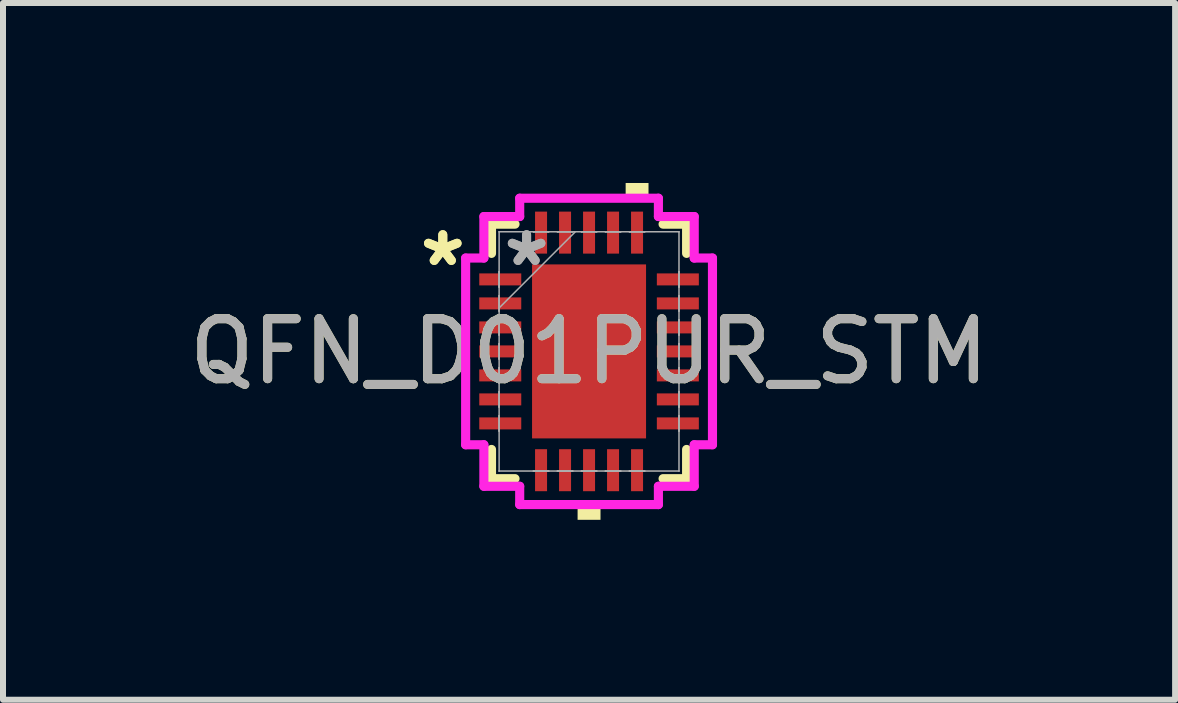
<source format=kicad_pcb>
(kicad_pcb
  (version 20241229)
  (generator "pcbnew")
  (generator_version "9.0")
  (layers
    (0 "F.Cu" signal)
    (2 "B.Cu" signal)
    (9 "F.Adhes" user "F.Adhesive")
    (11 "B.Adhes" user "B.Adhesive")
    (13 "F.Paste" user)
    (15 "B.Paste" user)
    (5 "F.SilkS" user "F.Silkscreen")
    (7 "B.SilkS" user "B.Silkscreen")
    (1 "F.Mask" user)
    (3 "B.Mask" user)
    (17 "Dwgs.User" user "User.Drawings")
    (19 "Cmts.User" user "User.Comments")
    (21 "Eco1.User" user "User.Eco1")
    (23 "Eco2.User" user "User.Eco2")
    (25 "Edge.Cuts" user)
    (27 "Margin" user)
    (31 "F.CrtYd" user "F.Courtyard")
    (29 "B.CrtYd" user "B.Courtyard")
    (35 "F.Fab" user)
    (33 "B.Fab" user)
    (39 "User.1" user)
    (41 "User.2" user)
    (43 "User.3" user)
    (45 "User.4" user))
  (footprint "QFN_D01PUR_STM"
    (layer "F.Cu")
    (at 6.768 2.807)
    (property "Reference" "QFN_D01PUR_STM" (at 0 0 0) (unlocked yes) (layer "F.SilkS") (effects (font (size 1 1) (thickness 0.15))))
    (attr smd)
    (fp_line (start -1.626 -2.121) (end -1.626 -1.634) (stroke (width 0.152) (type solid)) (layer "F.SilkS"))
    (fp_line (start -1.626 1.634) (end -1.626 2.121) (stroke (width 0.152) (type solid)) (layer "F.SilkS"))
    (fp_line (start -1.626 2.121) (end -1.234 2.121) (stroke (width 0.152) (type solid)) (layer "F.SilkS"))
    (fp_line (start -1.234 -2.121) (end -1.626 -2.121) (stroke (width 0.152) (type solid)) (layer "F.SilkS"))
    (fp_line (start 1.234 2.121) (end 1.626 2.121) (stroke (width 0.152) (type solid)) (layer "F.SilkS"))
    (fp_line (start 1.626 -2.121) (end 1.234 -2.121) (stroke (width 0.152) (type solid)) (layer "F.SilkS"))
    (fp_line (start 1.626 -1.634) (end 1.626 -2.121) (stroke (width 0.152) (type solid)) (layer "F.SilkS"))
    (fp_line (start 1.626 2.121) (end 1.626 1.634) (stroke (width 0.152) (type solid)) (layer "F.SilkS"))
    (fp_poly (pts (xy -0.191 2.553) (xy -0.191 2.807) (xy 0.191 2.807) (xy 0.191 2.553)) (stroke (width 0) (type solid)) (fill yes) (layer "F.SilkS"))
    (fp_poly (pts (xy 0.61 -2.553) (xy 0.61 -2.807) (xy 0.991 -2.807) (xy 0.991 -2.553)) (stroke (width 0) (type solid)) (fill yes) (layer "F.SilkS"))
    (fp_poly (pts (xy -0.802 -1.297) (xy -0.802 -0.1) (xy 0.802 -0.1) (xy 0.802 -1.297)) (stroke (width 0) (type solid)) (fill yes) (layer "F.Paste"))
    (fp_poly (pts (xy -0.802 0.1) (xy -0.802 1.297) (xy 0.802 1.297) (xy 0.802 0.1)) (stroke (width 0) (type solid)) (fill yes) (layer "F.Paste"))
    (fp_line (start -2.057 -1.556) (end -1.753 -1.556) (stroke (width 0.152) (type solid)) (layer "F.CrtYd"))
    (fp_line (start -2.057 1.556) (end -2.057 -1.556) (stroke (width 0.152) (type solid)) (layer "F.CrtYd"))
    (fp_line (start -1.753 -2.248) (end -1.156 -2.248) (stroke (width 0.152) (type solid)) (layer "F.CrtYd"))
    (fp_line (start -1.753 -1.556) (end -1.753 -2.248) (stroke (width 0.152) (type solid)) (layer "F.CrtYd"))
    (fp_line (start -1.753 1.556) (end -2.057 1.556) (stroke (width 0.152) (type solid)) (layer "F.CrtYd"))
    (fp_line (start -1.753 2.248) (end -1.753 1.556) (stroke (width 0.152) (type solid)) (layer "F.CrtYd"))
    (fp_line (start -1.156 -2.553) (end 1.156 -2.553) (stroke (width 0.152) (type solid)) (layer "F.CrtYd"))
    (fp_line (start -1.156 -2.248) (end -1.156 -2.553) (stroke (width 0.152) (type solid)) (layer "F.CrtYd"))
    (fp_line (start -1.156 2.248) (end -1.753 2.248) (stroke (width 0.152) (type solid)) (layer "F.CrtYd"))
    (fp_line (start -1.156 2.553) (end -1.156 2.248) (stroke (width 0.152) (type solid)) (layer "F.CrtYd"))
    (fp_line (start 1.156 -2.553) (end 1.156 -2.248) (stroke (width 0.152) (type solid)) (layer "F.CrtYd"))
    (fp_line (start 1.156 -2.248) (end 1.753 -2.248) (stroke (width 0.152) (type solid)) (layer "F.CrtYd"))
    (fp_line (start 1.156 2.248) (end 1.156 2.553) (stroke (width 0.152) (type solid)) (layer "F.CrtYd"))
    (fp_line (start 1.156 2.553) (end -1.156 2.553) (stroke (width 0.152) (type solid)) (layer "F.CrtYd"))
    (fp_line (start 1.753 -2.248) (end 1.753 -1.556) (stroke (width 0.152) (type solid)) (layer "F.CrtYd"))
    (fp_line (start 1.753 -1.556) (end 2.057 -1.556) (stroke (width 0.152) (type solid)) (layer "F.CrtYd"))
    (fp_line (start 1.753 1.556) (end 1.753 2.248) (stroke (width 0.152) (type solid)) (layer "F.CrtYd"))
    (fp_line (start 1.753 2.248) (end 1.156 2.248) (stroke (width 0.152) (type solid)) (layer "F.CrtYd"))
    (fp_line (start 2.057 -1.556) (end 2.057 1.556) (stroke (width 0.152) (type solid)) (layer "F.CrtYd"))
    (fp_line (start 2.057 1.556) (end 1.753 1.556) (stroke (width 0.152) (type solid)) (layer "F.CrtYd"))
    (fp_line (start -1.499 -1.994) (end -1.499 -1.994) (stroke (width 0.025) (type solid)) (layer "F.Fab"))
    (fp_line (start -1.499 -1.994) (end -1.499 1.994) (stroke (width 0.025) (type solid)) (layer "F.Fab"))
    (fp_line (start -1.499 -1.327) (end -1.499 -1.327) (stroke (width 0.025) (type solid)) (layer "F.Fab"))
    (fp_line (start -1.499 -1.327) (end -1.499 -1.073) (stroke (width 0.025) (type solid)) (layer "F.Fab"))
    (fp_line (start -1.499 -1.073) (end -1.499 -1.327) (stroke (width 0.025) (type solid)) (layer "F.Fab"))
    (fp_line (start -1.499 -1.073) (end -1.499 -1.073) (stroke (width 0.025) (type solid)) (layer "F.Fab"))
    (fp_line (start -1.499 -0.927) (end -1.499 -0.927) (stroke (width 0.025) (type solid)) (layer "F.Fab"))
    (fp_line (start -1.499 -0.927) (end -1.499 -0.673) (stroke (width 0.025) (type solid)) (layer "F.Fab"))
    (fp_line (start -1.499 -0.724) (end -0.229 -1.994) (stroke (width 0.025) (type solid)) (layer "F.Fab"))
    (fp_line (start -1.499 -0.673) (end -1.499 -0.927) (stroke (width 0.025) (type solid)) (layer "F.Fab"))
    (fp_line (start -1.499 -0.673) (end -1.499 -0.673) (stroke (width 0.025) (type solid)) (layer "F.Fab"))
    (fp_line (start -1.499 -0.527) (end -1.499 -0.527) (stroke (width 0.025) (type solid)) (layer "F.Fab"))
    (fp_line (start -1.499 -0.527) (end -1.499 -0.273) (stroke (width 0.025) (type solid)) (layer "F.Fab"))
    (fp_line (start -1.499 -0.273) (end -1.499 -0.527) (stroke (width 0.025) (type solid)) (layer "F.Fab"))
    (fp_line (start -1.499 -0.273) (end -1.499 -0.273) (stroke (width 0.025) (type solid)) (layer "F.Fab"))
    (fp_line (start -1.499 -0.127) (end -1.499 -0.127) (stroke (width 0.025) (type solid)) (layer "F.Fab"))
    (fp_line (start -1.499 -0.127) (end -1.499 0.127) (stroke (width 0.025) (type solid)) (layer "F.Fab"))
    (fp_line (start -1.499 0.127) (end -1.499 -0.127) (stroke (width 0.025) (type solid)) (layer "F.Fab"))
    (fp_line (start -1.499 0.127) (end -1.499 0.127) (stroke (width 0.025) (type solid)) (layer "F.Fab"))
    (fp_line (start -1.499 0.273) (end -1.499 0.273) (stroke (width 0.025) (type solid)) (layer "F.Fab"))
    (fp_line (start -1.499 0.273) (end -1.499 0.527) (stroke (width 0.025) (type solid)) (layer "F.Fab"))
    (fp_line (start -1.499 0.527) (end -1.499 0.273) (stroke (width 0.025) (type solid)) (layer "F.Fab"))
    (fp_line (start -1.499 0.527) (end -1.499 0.527) (stroke (width 0.025) (type solid)) (layer "F.Fab"))
    (fp_line (start -1.499 0.673) (end -1.499 0.673) (stroke (width 0.025) (type solid)) (layer "F.Fab"))
    (fp_line (start -1.499 0.673) (end -1.499 0.927) (stroke (width 0.025) (type solid)) (layer "F.Fab"))
    (fp_line (start -1.499 0.927) (end -1.499 0.673) (stroke (width 0.025) (type solid)) (layer "F.Fab"))
    (fp_line (start -1.499 0.927) (end -1.499 0.927) (stroke (width 0.025) (type solid)) (layer "F.Fab"))
    (fp_line (start -1.499 1.073) (end -1.499 1.073) (stroke (width 0.025) (type solid)) (layer "F.Fab"))
    (fp_line (start -1.499 1.073) (end -1.499 1.327) (stroke (width 0.025) (type solid)) (layer "F.Fab"))
    (fp_line (start -1.499 1.327) (end -1.499 1.073) (stroke (width 0.025) (type solid)) (layer "F.Fab"))
    (fp_line (start -1.499 1.327) (end -1.499 1.327) (stroke (width 0.025) (type solid)) (layer "F.Fab"))
    (fp_line (start -1.499 1.994) (end -1.499 1.994) (stroke (width 0.025) (type solid)) (layer "F.Fab"))
    (fp_line (start -1.499 1.994) (end 1.499 1.994) (stroke (width 0.025) (type solid)) (layer "F.Fab"))
    (fp_line (start -0.927 -1.994) (end -0.927 -1.994) (stroke (width 0.025) (type solid)) (layer "F.Fab"))
    (fp_line (start -0.927 -1.994) (end -0.673 -1.994) (stroke (width 0.025) (type solid)) (layer "F.Fab"))
    (fp_line (start -0.927 1.994) (end -0.927 1.994) (stroke (width 0.025) (type solid)) (layer "F.Fab"))
    (fp_line (start -0.927 1.994) (end -0.673 1.994) (stroke (width 0.025) (type solid)) (layer "F.Fab"))
    (fp_line (start -0.673 -1.994) (end -0.927 -1.994) (stroke (width 0.025) (type solid)) (layer "F.Fab"))
    (fp_line (start -0.673 -1.994) (end -0.673 -1.994) (stroke (width 0.025) (type solid)) (layer "F.Fab"))
    (fp_line (start -0.673 1.994) (end -0.927 1.994) (stroke (width 0.025) (type solid)) (layer "F.Fab"))
    (fp_line (start -0.673 1.994) (end -0.673 1.994) (stroke (width 0.025) (type solid)) (layer "F.Fab"))
    (fp_line (start -0.527 -1.994) (end -0.527 -1.994) (stroke (width 0.025) (type solid)) (layer "F.Fab"))
    (fp_line (start -0.527 -1.994) (end -0.273 -1.994) (stroke (width 0.025) (type solid)) (layer "F.Fab"))
    (fp_line (start -0.527 1.994) (end -0.527 1.994) (stroke (width 0.025) (type solid)) (layer "F.Fab"))
    (fp_line (start -0.527 1.994) (end -0.273 1.994) (stroke (width 0.025) (type solid)) (layer "F.Fab"))
    (fp_line (start -0.273 -1.994) (end -0.527 -1.994) (stroke (width 0.025) (type solid)) (layer "F.Fab"))
    (fp_line (start -0.273 -1.994) (end -0.273 -1.994) (stroke (width 0.025) (type solid)) (layer "F.Fab"))
    (fp_line (start -0.273 1.994) (end -0.527 1.994) (stroke (width 0.025) (type solid)) (layer "F.Fab"))
    (fp_line (start -0.273 1.994) (end -0.273 1.994) (stroke (width 0.025) (type solid)) (layer "F.Fab"))
    (fp_line (start -0.127 -1.994) (end -0.127 -1.994) (stroke (width 0.025) (type solid)) (layer "F.Fab"))
    (fp_line (start -0.127 -1.994) (end 0.127 -1.994) (stroke (width 0.025) (type solid)) (layer "F.Fab"))
    (fp_line (start -0.127 1.994) (end -0.127 1.994) (stroke (width 0.025) (type solid)) (layer "F.Fab"))
    (fp_line (start -0.127 1.994) (end 0.127 1.994) (stroke (width 0.025) (type solid)) (layer "F.Fab"))
    (fp_line (start 0.127 -1.994) (end -0.127 -1.994) (stroke (width 0.025) (type solid)) (layer "F.Fab"))
    (fp_line (start 0.127 -1.994) (end 0.127 -1.994) (stroke (width 0.025) (type solid)) (layer "F.Fab"))
    (fp_line (start 0.127 1.994) (end -0.127 1.994) (stroke (width 0.025) (type solid)) (layer "F.Fab"))
    (fp_line (start 0.127 1.994) (end 0.127 1.994) (stroke (width 0.025) (type solid)) (layer "F.Fab"))
    (fp_line (start 0.273 -1.994) (end 0.273 -1.994) (stroke (width 0.025) (type solid)) (layer "F.Fab"))
    (fp_line (start 0.273 -1.994) (end 0.527 -1.994) (stroke (width 0.025) (type solid)) (layer "F.Fab"))
    (fp_line (start 0.273 1.994) (end 0.273 1.994) (stroke (width 0.025) (type solid)) (layer "F.Fab"))
    (fp_line (start 0.273 1.994) (end 0.527 1.994) (stroke (width 0.025) (type solid)) (layer "F.Fab"))
    (fp_line (start 0.527 -1.994) (end 0.273 -1.994) (stroke (width 0.025) (type solid)) (layer "F.Fab"))
    (fp_line (start 0.527 -1.994) (end 0.527 -1.994) (stroke (width 0.025) (type solid)) (layer "F.Fab"))
    (fp_line (start 0.527 1.994) (end 0.273 1.994) (stroke (width 0.025) (type solid)) (layer "F.Fab"))
    (fp_line (start 0.527 1.994) (end 0.527 1.994) (stroke (width 0.025) (type solid)) (layer "F.Fab"))
    (fp_line (start 0.673 -1.994) (end 0.673 -1.994) (stroke (width 0.025) (type solid)) (layer "F.Fab"))
    (fp_line (start 0.673 -1.994) (end 0.927 -1.994) (stroke (width 0.025) (type solid)) (layer "F.Fab"))
    (fp_line (start 0.673 1.994) (end 0.673 1.994) (stroke (width 0.025) (type solid)) (layer "F.Fab"))
    (fp_line (start 0.673 1.994) (end 0.927 1.994) (stroke (width 0.025) (type solid)) (layer "F.Fab"))
    (fp_line (start 0.927 -1.994) (end 0.673 -1.994) (stroke (width 0.025) (type solid)) (layer "F.Fab"))
    (fp_line (start 0.927 -1.994) (end 0.927 -1.994) (stroke (width 0.025) (type solid)) (layer "F.Fab"))
    (fp_line (start 0.927 1.994) (end 0.673 1.994) (stroke (width 0.025) (type solid)) (layer "F.Fab"))
    (fp_line (start 0.927 1.994) (end 0.927 1.994) (stroke (width 0.025) (type solid)) (layer "F.Fab"))
    (fp_line (start 1.499 -1.994) (end -1.499 -1.994) (stroke (width 0.025) (type solid)) (layer "F.Fab"))
    (fp_line (start 1.499 -1.994) (end 1.499 -1.994) (stroke (width 0.025) (type solid)) (layer "F.Fab"))
    (fp_line (start 1.499 -1.327) (end 1.499 -1.327) (stroke (width 0.025) (type solid)) (layer "F.Fab"))
    (fp_line (start 1.499 -1.327) (end 1.499 -1.073) (stroke (width 0.025) (type solid)) (layer "F.Fab"))
    (fp_line (start 1.499 -1.073) (end 1.499 -1.327) (stroke (width 0.025) (type solid)) (layer "F.Fab"))
    (fp_line (start 1.499 -1.073) (end 1.499 -1.073) (stroke (width 0.025) (type solid)) (layer "F.Fab"))
    (fp_line (start 1.499 -0.927) (end 1.499 -0.927) (stroke (width 0.025) (type solid)) (layer "F.Fab"))
    (fp_line (start 1.499 -0.927) (end 1.499 -0.673) (stroke (width 0.025) (type solid)) (layer "F.Fab"))
    (fp_line (start 1.499 -0.673) (end 1.499 -0.927) (stroke (width 0.025) (type solid)) (layer "F.Fab"))
    (fp_line (start 1.499 -0.673) (end 1.499 -0.673) (stroke (width 0.025) (type solid)) (layer "F.Fab"))
    (fp_line (start 1.499 -0.527) (end 1.499 -0.527) (stroke (width 0.025) (type solid)) (layer "F.Fab"))
    (fp_line (start 1.499 -0.527) (end 1.499 -0.273) (stroke (width 0.025) (type solid)) (layer "F.Fab"))
    (fp_line (start 1.499 -0.273) (end 1.499 -0.527) (stroke (width 0.025) (type solid)) (layer "F.Fab"))
    (fp_line (start 1.499 -0.273) (end 1.499 -0.273) (stroke (width 0.025) (type solid)) (layer "F.Fab"))
    (fp_line (start 1.499 -0.127) (end 1.499 -0.127) (stroke (width 0.025) (type solid)) (layer "F.Fab"))
    (fp_line (start 1.499 -0.127) (end 1.499 0.127) (stroke (width 0.025) (type solid)) (layer "F.Fab"))
    (fp_line (start 1.499 0.127) (end 1.499 -0.127) (stroke (width 0.025) (type solid)) (layer "F.Fab"))
    (fp_line (start 1.499 0.127) (end 1.499 0.127) (stroke (width 0.025) (type solid)) (layer "F.Fab"))
    (fp_line (start 1.499 0.273) (end 1.499 0.273) (stroke (width 0.025) (type solid)) (layer "F.Fab"))
    (fp_line (start 1.499 0.273) (end 1.499 0.527) (stroke (width 0.025) (type solid)) (layer "F.Fab"))
    (fp_line (start 1.499 0.527) (end 1.499 0.273) (stroke (width 0.025) (type solid)) (layer "F.Fab"))
    (fp_line (start 1.499 0.527) (end 1.499 0.527) (stroke (width 0.025) (type solid)) (layer "F.Fab"))
    (fp_line (start 1.499 0.673) (end 1.499 0.673) (stroke (width 0.025) (type solid)) (layer "F.Fab"))
    (fp_line (start 1.499 0.673) (end 1.499 0.927) (stroke (width 0.025) (type solid)) (layer "F.Fab"))
    (fp_line (start 1.499 0.927) (end 1.499 0.673) (stroke (width 0.025) (type solid)) (layer "F.Fab"))
    (fp_line (start 1.499 0.927) (end 1.499 0.927) (stroke (width 0.025) (type solid)) (layer "F.Fab"))
    (fp_line (start 1.499 1.073) (end 1.499 1.073) (stroke (width 0.025) (type solid)) (layer "F.Fab"))
    (fp_line (start 1.499 1.073) (end 1.499 1.327) (stroke (width 0.025) (type solid)) (layer "F.Fab"))
    (fp_line (start 1.499 1.327) (end 1.499 1.073) (stroke (width 0.025) (type solid)) (layer "F.Fab"))
    (fp_line (start 1.499 1.327) (end 1.499 1.327) (stroke (width 0.025) (type solid)) (layer "F.Fab"))
    (fp_line (start 1.499 1.994) (end 1.499 -1.994) (stroke (width 0.025) (type solid)) (layer "F.Fab"))
    (fp_line (start 1.499 1.994) (end 1.499 1.994) (stroke (width 0.025) (type solid)) (layer "F.Fab"))
    (fp_text user "*" (at -2.438 -1.4 0) (layer "F.SilkS") (effects (font (size 1 1) (thickness 0.15))))
    (fp_text user "*" (at -2.438 -1.4 0) (unlocked yes) (layer "F.SilkS") (effects (font (size 1 1) (thickness 0.15))))
    (fp_text user "*" (at -1.041 -1.4 0) (unlocked yes) (layer "F.Fab") (effects (font (size 1 1) (thickness 0.15))))
    (fp_text user "${REFERENCE}" (at 0 0 0) (unlocked yes) (layer "F.Fab") (effects (font (size 1 1) (thickness 0.15))))
    (fp_text user "*" (at -1.041 -1.4 0) (layer "F.Fab") (effects (font (size 1 1) (thickness 0.15))))
    (pad "1" smd rect (at -1.48 -1.2 90) (size 0.2 0.7) (layers "F.Cu" "F.Mask" "F.Paste"))
    (pad "2" smd rect (at -1.48 -0.8 90) (size 0.2 0.7) (layers "F.Cu" "F.Mask" "F.Paste"))
    (pad "3" smd rect (at -1.48 -0.4 90) (size 0.2 0.7) (layers "F.Cu" "F.Mask" "F.Paste"))
    (pad "4" smd rect (at -1.48 0 90) (size 0.2 0.7) (layers "F.Cu" "F.Mask" "F.Paste"))
    (pad "5" smd rect (at -1.48 0.4 90) (size 0.2 0.7) (layers "F.Cu" "F.Mask" "F.Paste"))
    (pad "6" smd rect (at -1.48 0.8 90) (size 0.2 0.7) (layers "F.Cu" "F.Mask" "F.Paste"))
    (pad "7" smd rect (at -1.48 1.2 90) (size 0.2 0.7) (layers "F.Cu" "F.Mask" "F.Paste"))
    (pad "8" smd rect (at -0.8 1.98) (size 0.2 0.7) (layers "F.Cu" "F.Mask" "F.Paste"))
    (pad "9" smd rect (at -0.4 1.98) (size 0.2 0.7) (layers "F.Cu" "F.Mask" "F.Paste"))
    (pad "10" smd rect (at 0 1.98) (size 0.2 0.7) (layers "F.Cu" "F.Mask" "F.Paste"))
    (pad "11" smd rect (at 0.4 1.98) (size 0.2 0.7) (layers "F.Cu" "F.Mask" "F.Paste"))
    (pad "12" smd rect (at 0.8 1.98) (size 0.2 0.7) (layers "F.Cu" "F.Mask" "F.Paste"))
    (pad "13" smd rect (at 1.48 1.2 90) (size 0.2 0.7) (layers "F.Cu" "F.Mask" "F.Paste"))
    (pad "14" smd rect (at 1.48 0.8 90) (size 0.2 0.7) (layers "F.Cu" "F.Mask" "F.Paste"))
    (pad "15" smd rect (at 1.48 0.4 90) (size 0.2 0.7) (layers "F.Cu" "F.Mask" "F.Paste"))
    (pad "16" smd rect (at 1.48 0 90) (size 0.2 0.7) (layers "F.Cu" "F.Mask" "F.Paste"))
    (pad "17" smd rect (at 1.48 -0.4 90) (size 0.2 0.7) (layers "F.Cu" "F.Mask" "F.Paste"))
    (pad "18" smd rect (at 1.48 -0.8 90) (size 0.2 0.7) (layers "F.Cu" "F.Mask" "F.Paste"))
    (pad "19" smd rect (at 1.48 -1.2 90) (size 0.2 0.7) (layers "F.Cu" "F.Mask" "F.Paste"))
    (pad "20" smd rect (at 0.8 -1.98) (size 0.2 0.7) (layers "F.Cu" "F.Mask" "F.Paste"))
    (pad "21" smd rect (at 0.4 -1.98) (size 0.2 0.7) (layers "F.Cu" "F.Mask" "F.Paste"))
    (pad "22" smd rect (at 0 -1.98) (size 0.2 0.7) (layers "F.Cu" "F.Mask" "F.Paste"))
    (pad "23" smd rect (at -0.4 -1.98) (size 0.2 0.7) (layers "F.Cu" "F.Mask" "F.Paste"))
    (pad "24" smd rect (at -0.8 -1.98) (size 0.2 0.7) (layers "F.Cu" "F.Mask" "F.Paste"))
    (pad "25" smd rect (at 0 0) (size 1.9 2.9) (layers "F.Cu" "F.Mask" "F.Paste")))
  (gr_rect
    (start -3 -3)
    (end 16.536 8.613)
    (stroke (width 0.1) (type default))
    (fill no)
    (layer "Edge.Cuts")))
</source>
